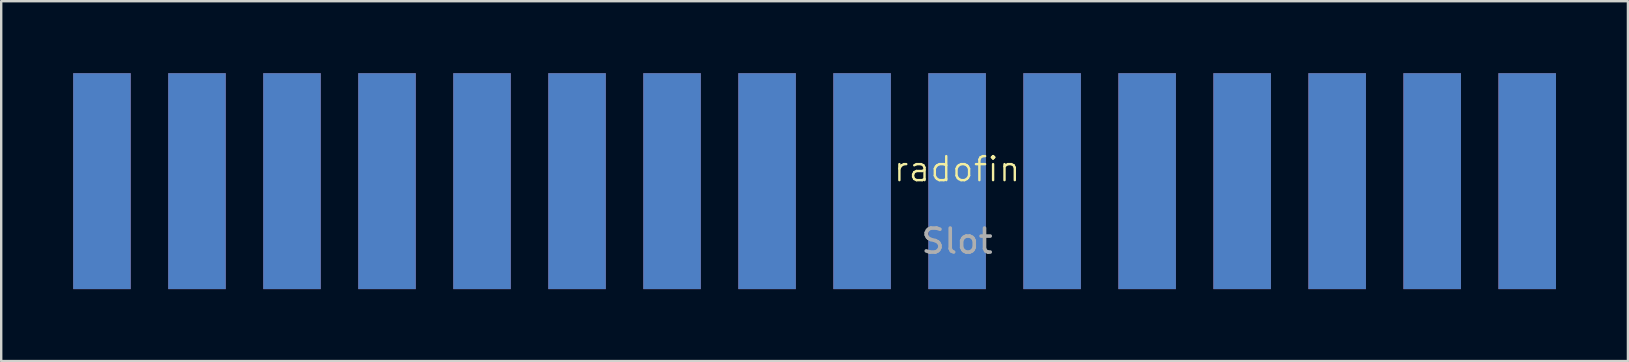
<source format=kicad_pcb>
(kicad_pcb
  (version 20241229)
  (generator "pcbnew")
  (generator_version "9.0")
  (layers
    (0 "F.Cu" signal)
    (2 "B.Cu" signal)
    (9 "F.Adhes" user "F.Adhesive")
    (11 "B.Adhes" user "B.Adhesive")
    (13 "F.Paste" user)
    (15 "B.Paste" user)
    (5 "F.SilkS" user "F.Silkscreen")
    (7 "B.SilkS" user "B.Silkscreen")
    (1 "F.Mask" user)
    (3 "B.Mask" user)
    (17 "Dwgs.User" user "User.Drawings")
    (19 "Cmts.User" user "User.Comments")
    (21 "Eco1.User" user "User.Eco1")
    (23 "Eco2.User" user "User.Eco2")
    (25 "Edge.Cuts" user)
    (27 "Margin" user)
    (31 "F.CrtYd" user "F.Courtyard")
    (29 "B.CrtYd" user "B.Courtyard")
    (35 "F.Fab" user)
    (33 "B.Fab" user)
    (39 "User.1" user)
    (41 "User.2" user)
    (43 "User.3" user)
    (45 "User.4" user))
  (footprint "radofin"
    (layer "F.Cu")
    (at 36.84 4.5)
    (property "Reference" "radofin" (at 0 -0.5 0) (unlocked yes) (layer "F.SilkS") (effects (font (size 1 1) (thickness 0.1))))
    (attr smd)
    (fp_text user "Slot" (at 0 2.5 0) (unlocked yes) (layer "F.Fab") (effects (font (size 1 1) (thickness 0.15))))
    (pad "1" smd rect (at -35.64 0) (size 2.4 9) (layers "F.Cu" "F.Mask"))
    (pad "2" smd rect (at -31.68 0) (size 2.4 9) (layers "F.Cu" "F.Mask"))
    (pad "3" smd rect (at -27.72 0) (size 2.4 9) (layers "F.Cu" "F.Mask"))
    (pad "4" smd rect (at -23.76 0) (size 2.4 9) (layers "F.Cu" "F.Mask"))
    (pad "5" smd rect (at -19.8 0) (size 2.4 9) (layers "F.Cu" "F.Mask"))
    (pad "6" smd rect (at -15.84 0) (size 2.4 9) (layers "F.Cu" "F.Mask"))
    (pad "7" smd rect (at -11.88 0) (size 2.4 9) (layers "F.Cu" "F.Mask"))
    (pad "8" smd rect (at -7.92 0) (size 2.4 9) (layers "F.Cu" "F.Mask"))
    (pad "9" smd rect (at -3.96 0) (size 2.4 9) (layers "F.Cu" "F.Mask"))
    (pad "10" smd rect (at 0 0) (size 2.4 9) (layers "F.Cu" "F.Mask"))
    (pad "11" smd rect (at 3.96 0) (size 2.4 9) (layers "F.Cu" "F.Mask"))
    (pad "12" smd rect (at 7.92 0) (size 2.4 9) (layers "F.Cu" "F.Mask"))
    (pad "13" smd rect (at 11.88 0) (size 2.4 9) (layers "F.Cu" "F.Mask"))
    (pad "14" smd rect (at 15.84 0) (size 2.4 9) (layers "F.Cu" "F.Mask"))
    (pad "15" smd rect (at 19.8 0) (size 2.4 9) (layers "F.Cu" "F.Mask"))
    (pad "16" smd rect (at 23.76 0) (size 2.4 9) (layers "F.Cu" "F.Mask" "F.Paste"))
    (pad "17" smd rect (at 23.76 0) (size 2.4 9) (layers "B.Cu" "B.Mask"))
    (pad "18" smd rect (at 19.8 0) (size 2.4 9) (layers "B.Cu" "B.Mask"))
    (pad "19" smd rect (at 15.84 0) (size 2.4 9) (layers "B.Cu" "B.Mask"))
    (pad "20" smd rect (at 11.88 0) (size 2.4 9) (layers "B.Cu" "B.Mask"))
    (pad "21" smd rect (at 7.92 0) (size 2.4 9) (layers "B.Cu" "B.Mask"))
    (pad "22" smd rect (at 3.96 0) (size 2.4 9) (layers "B.Cu" "B.Mask"))
    (pad "23" smd rect (at 0 0) (size 2.4 9) (layers "B.Cu" "B.Mask"))
    (pad "24" smd rect (at -3.96 0) (size 2.4 9) (layers "B.Cu" "B.Mask"))
    (pad "25" smd rect (at -7.92 0) (size 2.4 9) (layers "B.Cu" "B.Mask"))
    (pad "26" smd rect (at -11.88 0) (size 2.4 9) (layers "B.Cu" "B.Mask"))
    (pad "27" smd rect (at -15.84 0) (size 2.4 9) (layers "B.Cu" "B.Mask"))
    (pad "28" smd rect (at -19.8 0) (size 2.4 9) (layers "B.Cu" "B.Mask"))
    (pad "29" smd rect (at -23.76 0) (size 2.4 9) (layers "B.Cu" "B.Mask"))
    (pad "30" smd rect (at -27.72 0) (size 2.4 9) (layers "B.Cu" "B.Mask"))
    (pad "31" smd rect (at -31.68 0) (size 2.4 9) (layers "B.Cu" "B.Mask"))
    (pad "32" smd rect (at -35.64 0) (size 2.4 9) (layers "B.Cu" "B.Mask")))
  (gr_rect
    (start -3 -3)
    (end 64.8 12)
    (stroke (width 0.1) (type default))
    (fill no)
    (layer "Edge.Cuts")))
</source>
